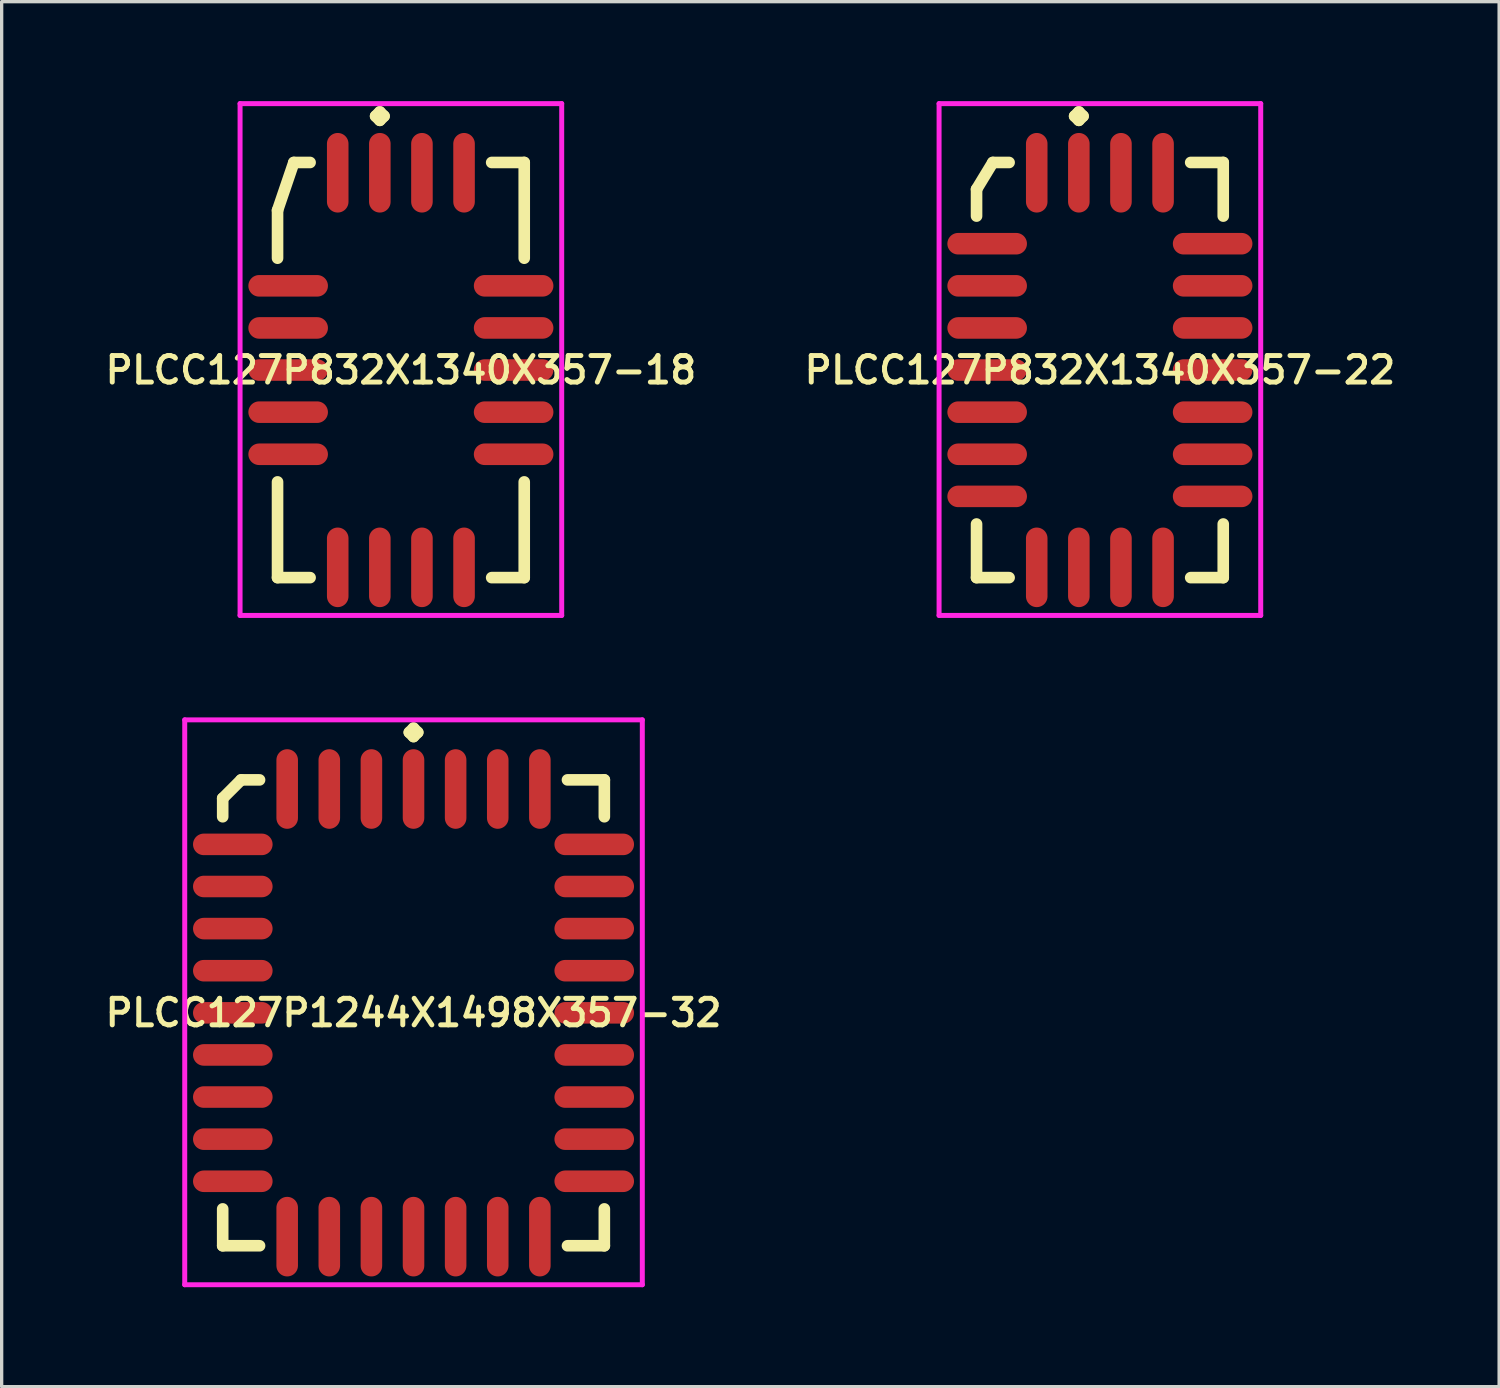
<source format=kicad_pcb>
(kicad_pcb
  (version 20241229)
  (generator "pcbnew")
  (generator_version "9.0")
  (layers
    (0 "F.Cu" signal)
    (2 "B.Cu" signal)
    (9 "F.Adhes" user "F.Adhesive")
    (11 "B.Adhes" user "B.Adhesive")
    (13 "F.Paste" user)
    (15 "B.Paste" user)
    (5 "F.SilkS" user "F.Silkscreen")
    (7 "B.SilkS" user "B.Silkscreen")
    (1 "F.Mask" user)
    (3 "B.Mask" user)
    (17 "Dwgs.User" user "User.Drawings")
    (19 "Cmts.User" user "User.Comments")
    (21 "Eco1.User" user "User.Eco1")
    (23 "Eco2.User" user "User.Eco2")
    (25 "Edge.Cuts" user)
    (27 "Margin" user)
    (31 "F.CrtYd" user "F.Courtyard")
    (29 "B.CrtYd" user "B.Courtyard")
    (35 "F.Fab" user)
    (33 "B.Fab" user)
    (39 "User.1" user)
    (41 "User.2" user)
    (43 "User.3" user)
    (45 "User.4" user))
  (footprint "PLCC127P832X1340X357-18"
    (layer "F.Cu")
    (at 9.04 8.11)
    (property "Reference" "PLCC127P832X1340X357-18" (at 0 0 0) (layer "F.SilkS") (effects (font (size 0.8 0.8) (thickness 0.15))))
    (attr smd)
    (fp_line (start -3.72 -4.816) (end -3.229 -6.26) (stroke (width 0.35) (type solid)) (layer "F.SilkS"))
    (fp_line (start -3.72 -3.373) (end -3.72 -4.816) (stroke (width 0.35) (type solid)) (layer "F.SilkS"))
    (fp_line (start -3.72 3.373) (end -3.72 6.26) (stroke (width 0.35) (type solid)) (layer "F.SilkS"))
    (fp_line (start -3.72 6.26) (end -2.738 6.26) (stroke (width 0.35) (type solid)) (layer "F.SilkS"))
    (fp_line (start -3.229 -6.26) (end -2.738 -6.26) (stroke (width 0.35) (type solid)) (layer "F.SilkS"))
    (fp_line (start -0.762 -7.658) (end -0.635 -7.785) (stroke (width 0.35) (type solid)) (layer "F.SilkS"))
    (fp_line (start -0.635 -7.785) (end -0.508 -7.658) (stroke (width 0.35) (type solid)) (layer "F.SilkS"))
    (fp_line (start -0.635 -7.531) (end -0.762 -7.658) (stroke (width 0.35) (type solid)) (layer "F.SilkS"))
    (fp_line (start -0.508 -7.658) (end -0.635 -7.531) (stroke (width 0.35) (type solid)) (layer "F.SilkS"))
    (fp_line (start 3.72 -6.26) (end 2.738 -6.26) (stroke (width 0.35) (type solid)) (layer "F.SilkS"))
    (fp_line (start 3.72 -3.373) (end 3.72 -6.26) (stroke (width 0.35) (type solid)) (layer "F.SilkS"))
    (fp_line (start 3.72 3.373) (end 3.72 6.26) (stroke (width 0.35) (type solid)) (layer "F.SilkS"))
    (fp_line (start 3.72 6.26) (end 2.738 6.26) (stroke (width 0.35) (type solid)) (layer "F.SilkS"))
    (fp_line (start -4.85 -8.035) (end 4.85 -8.035) (stroke (width 0.15) (type solid)) (layer "F.CrtYd"))
    (fp_line (start -4.85 7.4) (end -4.85 -8.035) (stroke (width 0.15) (type solid)) (layer "F.CrtYd"))
    (fp_line (start 4.85 -8.035) (end 4.85 7.4) (stroke (width 0.15) (type solid)) (layer "F.CrtYd"))
    (fp_line (start 4.85 7.4) (end -4.85 7.4) (stroke (width 0.15) (type solid)) (layer "F.CrtYd"))
    (pad "1" smd oval (at -0.635 -5.95) (size 0.65 2.4) (layers "F.Cu" "F.Mask" "F.Paste"))
    (pad "2" smd oval (at -1.905 -5.95) (size 0.65 2.4) (layers "F.Cu" "F.Mask" "F.Paste"))
    (pad "3" smd oval (at -3.4 -2.54) (size 2.4 0.65) (layers "F.Cu" "F.Mask" "F.Paste"))
    (pad "4" smd oval (at -3.4 -1.27) (size 2.4 0.65) (layers "F.Cu" "F.Mask" "F.Paste"))
    (pad "5" smd oval (at -3.4 0) (size 2.4 0.65) (layers "F.Cu" "F.Mask" "F.Paste"))
    (pad "6" smd oval (at -3.4 1.27) (size 2.4 0.65) (layers "F.Cu" "F.Mask" "F.Paste"))
    (pad "7" smd oval (at -3.4 2.54) (size 2.4 0.65) (layers "F.Cu" "F.Mask" "F.Paste"))
    (pad "8" smd oval (at -1.905 5.95) (size 0.65 2.4) (layers "F.Cu" "F.Mask" "F.Paste"))
    (pad "9" smd oval (at -0.635 5.95) (size 0.65 2.4) (layers "F.Cu" "F.Mask" "F.Paste"))
    (pad "10" smd oval (at 0.635 5.95) (size 0.65 2.4) (layers "F.Cu" "F.Mask" "F.Paste"))
    (pad "11" smd oval (at 1.905 5.95) (size 0.65 2.4) (layers "F.Cu" "F.Mask" "F.Paste"))
    (pad "12" smd oval (at 3.4 2.54) (size 2.4 0.65) (layers "F.Cu" "F.Mask" "F.Paste"))
    (pad "13" smd oval (at 3.4 1.27) (size 2.4 0.65) (layers "F.Cu" "F.Mask" "F.Paste"))
    (pad "14" smd oval (at 3.4 0) (size 2.4 0.65) (layers "F.Cu" "F.Mask" "F.Paste"))
    (pad "15" smd oval (at 3.4 -1.27) (size 2.4 0.65) (layers "F.Cu" "F.Mask" "F.Paste"))
    (pad "16" smd oval (at 3.4 -2.54) (size 2.4 0.65) (layers "F.Cu" "F.Mask" "F.Paste"))
    (pad "17" smd oval (at 1.905 -5.95) (size 0.65 2.4) (layers "F.Cu" "F.Mask" "F.Paste"))
    (pad "18" smd oval (at 0.635 -5.95) (size 0.65 2.4) (layers "F.Cu" "F.Mask" "F.Paste")))
  (footprint "PLCC127P832X1340X357-22"
    (layer "F.Cu")
    (at 30.121 8.11)
    (property "Reference" "PLCC127P832X1340X357-22" (at 0 0 0) (layer "F.SilkS") (effects (font (size 0.8 0.8) (thickness 0.15))))
    (attr smd)
    (fp_line (start -3.72 -5.452) (end -3.229 -6.26) (stroke (width 0.35) (type solid)) (layer "F.SilkS"))
    (fp_line (start -3.72 -4.643) (end -3.72 -5.452) (stroke (width 0.35) (type solid)) (layer "F.SilkS"))
    (fp_line (start -3.72 4.643) (end -3.72 6.26) (stroke (width 0.35) (type solid)) (layer "F.SilkS"))
    (fp_line (start -3.72 6.26) (end -2.738 6.26) (stroke (width 0.35) (type solid)) (layer "F.SilkS"))
    (fp_line (start -3.229 -6.26) (end -2.738 -6.26) (stroke (width 0.35) (type solid)) (layer "F.SilkS"))
    (fp_line (start -0.762 -7.658) (end -0.635 -7.785) (stroke (width 0.35) (type solid)) (layer "F.SilkS"))
    (fp_line (start -0.635 -7.785) (end -0.508 -7.658) (stroke (width 0.35) (type solid)) (layer "F.SilkS"))
    (fp_line (start -0.635 -7.531) (end -0.762 -7.658) (stroke (width 0.35) (type solid)) (layer "F.SilkS"))
    (fp_line (start -0.508 -7.658) (end -0.635 -7.531) (stroke (width 0.35) (type solid)) (layer "F.SilkS"))
    (fp_line (start 3.72 -6.26) (end 2.738 -6.26) (stroke (width 0.35) (type solid)) (layer "F.SilkS"))
    (fp_line (start 3.72 -4.643) (end 3.72 -6.26) (stroke (width 0.35) (type solid)) (layer "F.SilkS"))
    (fp_line (start 3.72 4.643) (end 3.72 6.26) (stroke (width 0.35) (type solid)) (layer "F.SilkS"))
    (fp_line (start 3.72 6.26) (end 2.738 6.26) (stroke (width 0.35) (type solid)) (layer "F.SilkS"))
    (fp_line (start -4.85 -8.035) (end 4.85 -8.035) (stroke (width 0.15) (type solid)) (layer "F.CrtYd"))
    (fp_line (start -4.85 7.4) (end -4.85 -8.035) (stroke (width 0.15) (type solid)) (layer "F.CrtYd"))
    (fp_line (start 4.85 -8.035) (end 4.85 7.4) (stroke (width 0.15) (type solid)) (layer "F.CrtYd"))
    (fp_line (start 4.85 7.4) (end -4.85 7.4) (stroke (width 0.15) (type solid)) (layer "F.CrtYd"))
    (pad "1" smd oval (at -0.635 -5.95) (size 0.65 2.4) (layers "F.Cu" "F.Mask" "F.Paste"))
    (pad "2" smd oval (at -1.905 -5.95) (size 0.65 2.4) (layers "F.Cu" "F.Mask" "F.Paste"))
    (pad "3" smd oval (at -3.4 -3.81) (size 2.4 0.65) (layers "F.Cu" "F.Mask" "F.Paste"))
    (pad "4" smd oval (at -3.4 -2.54) (size 2.4 0.65) (layers "F.Cu" "F.Mask" "F.Paste"))
    (pad "5" smd oval (at -3.4 -1.27) (size 2.4 0.65) (layers "F.Cu" "F.Mask" "F.Paste"))
    (pad "6" smd oval (at -3.4 0) (size 2.4 0.65) (layers "F.Cu" "F.Mask" "F.Paste"))
    (pad "7" smd oval (at -3.4 1.27) (size 2.4 0.65) (layers "F.Cu" "F.Mask" "F.Paste"))
    (pad "8" smd oval (at -3.4 2.54) (size 2.4 0.65) (layers "F.Cu" "F.Mask" "F.Paste"))
    (pad "9" smd oval (at -3.4 3.81) (size 2.4 0.65) (layers "F.Cu" "F.Mask" "F.Paste"))
    (pad "10" smd oval (at -1.905 5.95) (size 0.65 2.4) (layers "F.Cu" "F.Mask" "F.Paste"))
    (pad "11" smd oval (at -0.635 5.95) (size 0.65 2.4) (layers "F.Cu" "F.Mask" "F.Paste"))
    (pad "12" smd oval (at 0.635 5.95) (size 0.65 2.4) (layers "F.Cu" "F.Mask" "F.Paste"))
    (pad "13" smd oval (at 1.905 5.95) (size 0.65 2.4) (layers "F.Cu" "F.Mask" "F.Paste"))
    (pad "14" smd oval (at 3.4 3.81) (size 2.4 0.65) (layers "F.Cu" "F.Mask" "F.Paste"))
    (pad "15" smd oval (at 3.4 2.54) (size 2.4 0.65) (layers "F.Cu" "F.Mask" "F.Paste"))
    (pad "16" smd oval (at 3.4 1.27) (size 2.4 0.65) (layers "F.Cu" "F.Mask" "F.Paste"))
    (pad "17" smd oval (at 3.4 0) (size 2.4 0.65) (layers "F.Cu" "F.Mask" "F.Paste"))
    (pad "18" smd oval (at 3.4 -1.27) (size 2.4 0.65) (layers "F.Cu" "F.Mask" "F.Paste"))
    (pad "19" smd oval (at 3.4 -2.54) (size 2.4 0.65) (layers "F.Cu" "F.Mask" "F.Paste"))
    (pad "20" smd oval (at 3.4 -3.81) (size 2.4 0.65) (layers "F.Cu" "F.Mask" "F.Paste"))
    (pad "21" smd oval (at 1.905 -5.95) (size 0.65 2.4) (layers "F.Cu" "F.Mask" "F.Paste"))
    (pad "22" smd oval (at 0.635 -5.95) (size 0.65 2.4) (layers "F.Cu" "F.Mask" "F.Paste")))
  (footprint "PLCC127P1244X1498X357-32"
    (layer "F.Cu")
    (at 9.421 27.495)
    (property "Reference" "PLCC127P1244X1498X357-32" (at 0 0 0) (layer "F.SilkS") (effects (font (size 0.8 0.8) (thickness 0.15))))
    (attr smd)
    (fp_line (start -5.755 -6.469) (end -5.199 -7.025) (stroke (width 0.35) (type solid)) (layer "F.SilkS"))
    (fp_line (start -5.755 -5.913) (end -5.755 -6.469) (stroke (width 0.35) (type solid)) (layer "F.SilkS"))
    (fp_line (start -5.755 5.913) (end -5.755 7.025) (stroke (width 0.35) (type solid)) (layer "F.SilkS"))
    (fp_line (start -5.755 7.025) (end -4.643 7.025) (stroke (width 0.35) (type solid)) (layer "F.SilkS"))
    (fp_line (start -5.199 -7.025) (end -4.643 -7.025) (stroke (width 0.35) (type solid)) (layer "F.SilkS"))
    (fp_line (start -0.127 -8.458) (end 0 -8.585) (stroke (width 0.35) (type solid)) (layer "F.SilkS"))
    (fp_line (start 0 -8.585) (end 0.127 -8.458) (stroke (width 0.35) (type solid)) (layer "F.SilkS"))
    (fp_line (start 0 -8.331) (end -0.127 -8.458) (stroke (width 0.35) (type solid)) (layer "F.SilkS"))
    (fp_line (start 0.127 -8.458) (end 0 -8.331) (stroke (width 0.35) (type solid)) (layer "F.SilkS"))
    (fp_line (start 5.755 -7.025) (end 4.643 -7.025) (stroke (width 0.35) (type solid)) (layer "F.SilkS"))
    (fp_line (start 5.755 -5.913) (end 5.755 -7.025) (stroke (width 0.35) (type solid)) (layer "F.SilkS"))
    (fp_line (start 5.755 5.913) (end 5.755 7.025) (stroke (width 0.35) (type solid)) (layer "F.SilkS"))
    (fp_line (start 5.755 7.025) (end 4.643 7.025) (stroke (width 0.35) (type solid)) (layer "F.SilkS"))
    (fp_line (start -6.9 -8.835) (end 6.9 -8.835) (stroke (width 0.15) (type solid)) (layer "F.CrtYd"))
    (fp_line (start -6.9 8.2) (end -6.9 -8.835) (stroke (width 0.15) (type solid)) (layer "F.CrtYd"))
    (fp_line (start 6.9 -8.835) (end 6.9 8.2) (stroke (width 0.15) (type solid)) (layer "F.CrtYd"))
    (fp_line (start 6.9 8.2) (end -6.9 8.2) (stroke (width 0.15) (type solid)) (layer "F.CrtYd"))
    (pad "1" smd oval (at 0 -6.75) (size 0.65 2.4) (layers "F.Cu" "F.Mask" "F.Paste"))
    (pad "2" smd oval (at -1.27 -6.75) (size 0.65 2.4) (layers "F.Cu" "F.Mask" "F.Paste"))
    (pad "3" smd oval (at -2.54 -6.75) (size 0.65 2.4) (layers "F.Cu" "F.Mask" "F.Paste"))
    (pad "4" smd oval (at -3.81 -6.75) (size 0.65 2.4) (layers "F.Cu" "F.Mask" "F.Paste"))
    (pad "5" smd oval (at -5.45 -5.08) (size 2.4 0.65) (layers "F.Cu" "F.Mask" "F.Paste"))
    (pad "6" smd oval (at -5.45 -3.81) (size 2.4 0.65) (layers "F.Cu" "F.Mask" "F.Paste"))
    (pad "7" smd oval (at -5.45 -2.54) (size 2.4 0.65) (layers "F.Cu" "F.Mask" "F.Paste"))
    (pad "8" smd oval (at -5.45 -1.27) (size 2.4 0.65) (layers "F.Cu" "F.Mask" "F.Paste"))
    (pad "9" smd oval (at -5.45 0) (size 2.4 0.65) (layers "F.Cu" "F.Mask" "F.Paste"))
    (pad "10" smd oval (at -5.45 1.27) (size 2.4 0.65) (layers "F.Cu" "F.Mask" "F.Paste"))
    (pad "11" smd oval (at -5.45 2.54) (size 2.4 0.65) (layers "F.Cu" "F.Mask" "F.Paste"))
    (pad "12" smd oval (at -5.45 3.81) (size 2.4 0.65) (layers "F.Cu" "F.Mask" "F.Paste"))
    (pad "13" smd oval (at -5.45 5.08) (size 2.4 0.65) (layers "F.Cu" "F.Mask" "F.Paste"))
    (pad "14" smd oval (at -3.81 6.75) (size 0.65 2.4) (layers "F.Cu" "F.Mask" "F.Paste"))
    (pad "15" smd oval (at -2.54 6.75) (size 0.65 2.4) (layers "F.Cu" "F.Mask" "F.Paste"))
    (pad "16" smd oval (at -1.27 6.75) (size 0.65 2.4) (layers "F.Cu" "F.Mask" "F.Paste"))
    (pad "17" smd oval (at 0 6.75) (size 0.65 2.4) (layers "F.Cu" "F.Mask" "F.Paste"))
    (pad "18" smd oval (at 1.27 6.75) (size 0.65 2.4) (layers "F.Cu" "F.Mask" "F.Paste"))
    (pad "19" smd oval (at 2.54 6.75) (size 0.65 2.4) (layers "F.Cu" "F.Mask" "F.Paste"))
    (pad "20" smd oval (at 3.81 6.75) (size 0.65 2.4) (layers "F.Cu" "F.Mask" "F.Paste"))
    (pad "21" smd oval (at 5.45 5.08) (size 2.4 0.65) (layers "F.Cu" "F.Mask" "F.Paste"))
    (pad "22" smd oval (at 5.45 3.81) (size 2.4 0.65) (layers "F.Cu" "F.Mask" "F.Paste"))
    (pad "23" smd oval (at 5.45 2.54) (size 2.4 0.65) (layers "F.Cu" "F.Mask" "F.Paste"))
    (pad "24" smd oval (at 5.45 1.27) (size 2.4 0.65) (layers "F.Cu" "F.Mask" "F.Paste"))
    (pad "25" smd oval (at 5.45 0) (size 2.4 0.65) (layers "F.Cu" "F.Mask" "F.Paste"))
    (pad "26" smd oval (at 5.45 -1.27) (size 2.4 0.65) (layers "F.Cu" "F.Mask" "F.Paste"))
    (pad "27" smd oval (at 5.45 -2.54) (size 2.4 0.65) (layers "F.Cu" "F.Mask" "F.Paste"))
    (pad "28" smd oval (at 5.45 -3.81) (size 2.4 0.65) (layers "F.Cu" "F.Mask" "F.Paste"))
    (pad "29" smd oval (at 5.45 -5.08) (size 2.4 0.65) (layers "F.Cu" "F.Mask" "F.Paste"))
    (pad "30" smd oval (at 3.81 -6.75) (size 0.65 2.4) (layers "F.Cu" "F.Mask" "F.Paste"))
    (pad "31" smd oval (at 2.54 -6.75) (size 0.65 2.4) (layers "F.Cu" "F.Mask" "F.Paste"))
    (pad "32" smd oval (at 1.27 -6.75) (size 0.65 2.4) (layers "F.Cu" "F.Mask" "F.Paste")))
  (gr_rect
    (start -3 -3)
    (end 42.161 38.77)
    (stroke (width 0.1) (type default))
    (fill no)
    (layer "Edge.Cuts")))
</source>
